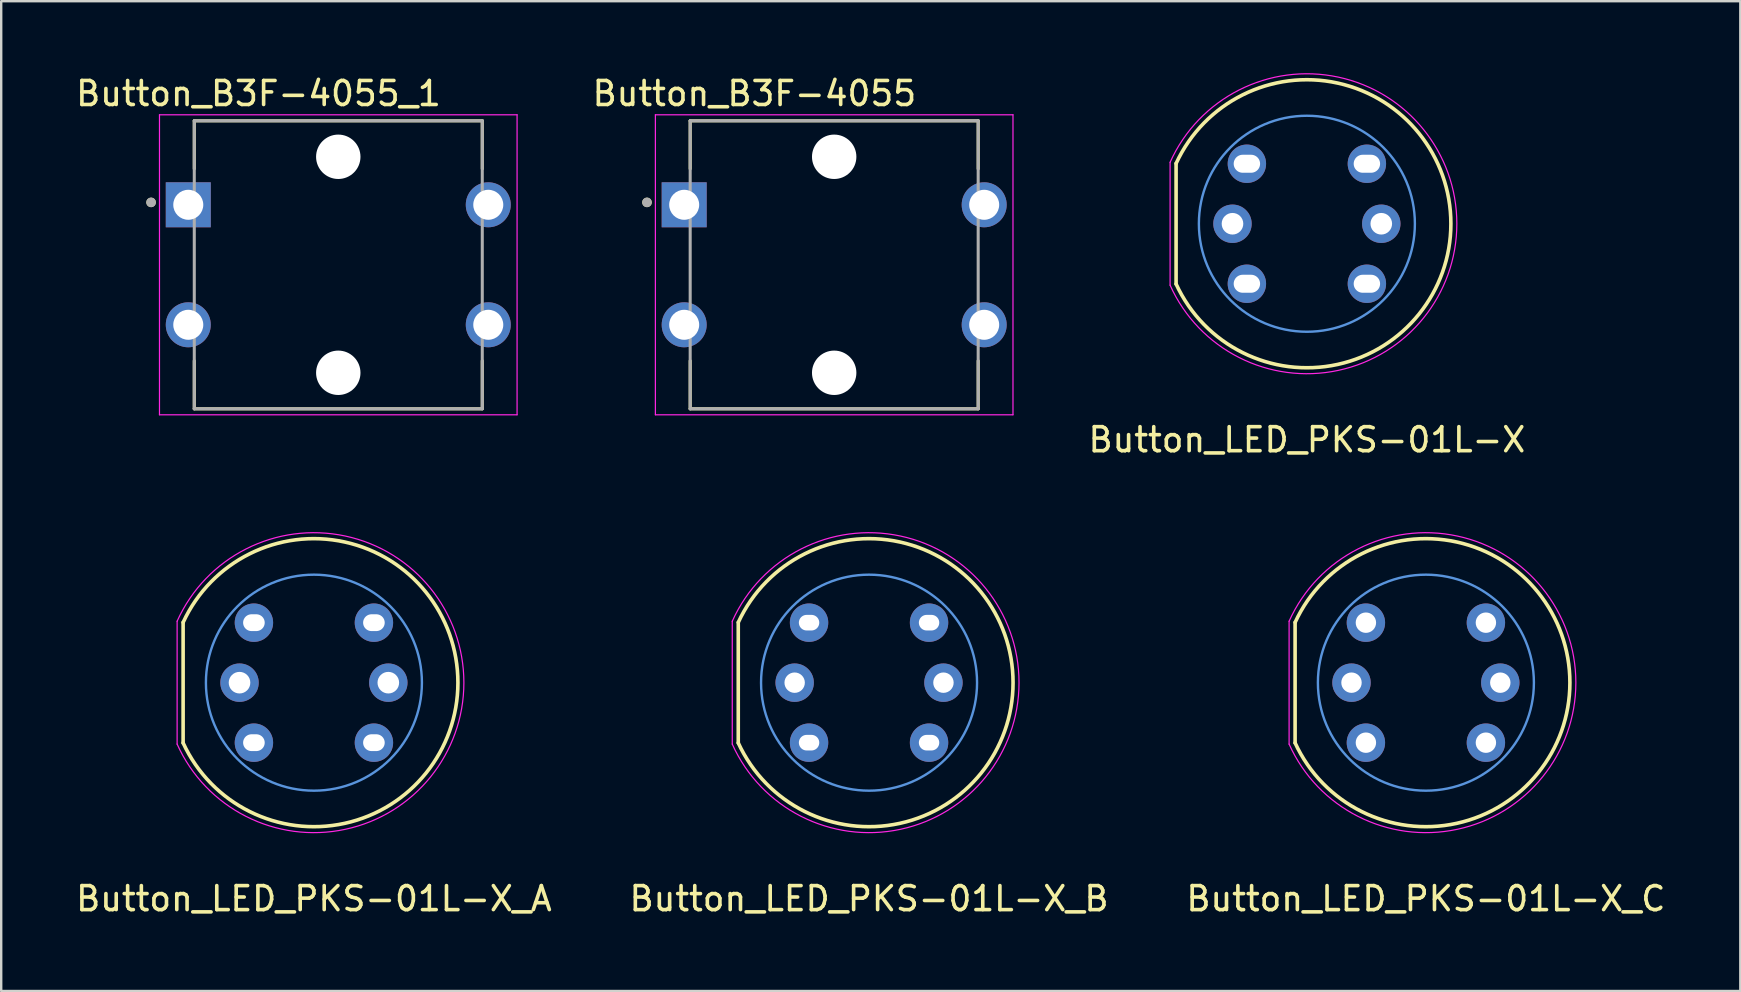
<source format=kicad_pcb>
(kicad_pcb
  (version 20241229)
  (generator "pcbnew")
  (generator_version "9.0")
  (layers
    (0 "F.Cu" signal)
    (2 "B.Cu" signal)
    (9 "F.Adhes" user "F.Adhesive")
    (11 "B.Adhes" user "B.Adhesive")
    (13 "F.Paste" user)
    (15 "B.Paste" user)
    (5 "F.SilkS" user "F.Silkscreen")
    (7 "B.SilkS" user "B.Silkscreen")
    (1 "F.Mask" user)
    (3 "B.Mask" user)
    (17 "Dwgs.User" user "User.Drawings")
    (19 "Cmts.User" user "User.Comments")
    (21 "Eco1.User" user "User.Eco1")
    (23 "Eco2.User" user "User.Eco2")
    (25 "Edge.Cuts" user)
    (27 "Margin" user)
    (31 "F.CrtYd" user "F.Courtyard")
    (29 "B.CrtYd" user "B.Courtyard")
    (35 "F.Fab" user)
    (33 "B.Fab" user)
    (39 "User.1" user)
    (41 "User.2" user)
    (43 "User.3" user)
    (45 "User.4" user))
  (footprint "Button_B3F-4055_1"
    (layer "F.Cu")
    (at 11.045 7.983)
    (property "Reference" "Button_B3F-4055_1" (at -3.325 -7.135 0) (layer "F.SilkS") (effects (font (size 1 1) (thickness 0.15))))
    (attr through_hole)
    (fp_line (start -6 -6) (end 6 -6) (stroke (width 0.127) (type solid)) (layer "F.SilkS"))
    (fp_line (start -6 -4) (end -6 -6) (stroke (width 0.127) (type solid)) (layer "F.SilkS"))
    (fp_line (start -6 4) (end -6 6) (stroke (width 0.127) (type solid)) (layer "F.SilkS"))
    (fp_line (start -6 6) (end 6 6) (stroke (width 0.127) (type solid)) (layer "F.SilkS"))
    (fp_line (start 6 -6) (end 6 -4) (stroke (width 0.127) (type solid)) (layer "F.SilkS"))
    (fp_line (start 6 6) (end 6 4) (stroke (width 0.127) (type solid)) (layer "F.SilkS"))
    (fp_circle (center -7.8 -2.6) (end -7.7 -2.6) (stroke (width 0.2) (type solid)) (fill no) (layer "F.SilkS"))
    (fp_line (start -7.45 -6.25) (end -7.45 6.25) (stroke (width 0.05) (type solid)) (layer "F.CrtYd"))
    (fp_line (start -7.45 6.25) (end 7.45 6.25) (stroke (width 0.05) (type solid)) (layer "F.CrtYd"))
    (fp_line (start 7.45 -6.25) (end -7.45 -6.25) (stroke (width 0.05) (type solid)) (layer "F.CrtYd"))
    (fp_line (start 7.45 6.25) (end 7.45 -6.25) (stroke (width 0.05) (type solid)) (layer "F.CrtYd"))
    (fp_line (start -6 -6) (end -6 6) (stroke (width 0.127) (type solid)) (layer "F.Fab"))
    (fp_line (start -6 6) (end 6 6) (stroke (width 0.127) (type solid)) (layer "F.Fab"))
    (fp_line (start 6 -6) (end -6 -6) (stroke (width 0.127) (type solid)) (layer "F.Fab"))
    (fp_line (start 6 6) (end 6 -6) (stroke (width 0.127) (type solid)) (layer "F.Fab"))
    (fp_circle (center -7.8 -2.6) (end -7.7 -2.6) (stroke (width 0.2) (type solid)) (fill no) (layer "F.Fab"))
    (pad "" np_thru_hole circle (at 0 -4.5) (size 1.85 1.85) (drill 1.85) (layers "*.Cu" "*.Mask"))
    (pad "" np_thru_hole circle (at 0 4.5) (size 1.85 1.85) (drill 1.85) (layers "*.Cu" "*.Mask"))
    (pad "1" thru_hole rect (at -6.25 -2.5) (size 1.875 1.875) (drill 1.25) (layers "*.Cu" "*.Mask"))
    (pad "2" thru_hole circle (at 6.25 -2.5) (size 1.875 1.875) (drill 1.25) (layers "*.Cu" "*.Mask"))
    (pad "3" thru_hole circle (at -6.25 2.5) (size 1.875 1.875) (drill 1.25) (layers "*.Cu" "*.Mask"))
    (pad "4" thru_hole circle (at 6.25 2.5) (size 1.875 1.875) (drill 1.25) (layers "*.Cu" "*.Mask")))
  (footprint "Button_B3F-4055"
    (layer "F.Cu")
    (at 31.708 7.983)
    (property "Reference" "Button_B3F-4055" (at -3.325 -7.135 0) (layer "F.SilkS") (effects (font (size 1 1) (thickness 0.15))))
    (attr through_hole)
    (fp_line (start -6 -6) (end 6 -6) (stroke (width 0.127) (type solid)) (layer "F.SilkS"))
    (fp_line (start -6 -4) (end -6 -6) (stroke (width 0.127) (type solid)) (layer "F.SilkS"))
    (fp_line (start -6 4) (end -6 6) (stroke (width 0.127) (type solid)) (layer "F.SilkS"))
    (fp_line (start -6 6) (end 6 6) (stroke (width 0.127) (type solid)) (layer "F.SilkS"))
    (fp_line (start 6 -6) (end 6 -4) (stroke (width 0.127) (type solid)) (layer "F.SilkS"))
    (fp_line (start 6 6) (end 6 4) (stroke (width 0.127) (type solid)) (layer "F.SilkS"))
    (fp_circle (center -7.8 -2.6) (end -7.7 -2.6) (stroke (width 0.2) (type solid)) (fill no) (layer "F.SilkS"))
    (fp_line (start -7.45 -6.25) (end -7.45 6.25) (stroke (width 0.05) (type solid)) (layer "F.CrtYd"))
    (fp_line (start -7.45 6.25) (end 7.45 6.25) (stroke (width 0.05) (type solid)) (layer "F.CrtYd"))
    (fp_line (start 7.45 -6.25) (end -7.45 -6.25) (stroke (width 0.05) (type solid)) (layer "F.CrtYd"))
    (fp_line (start 7.45 6.25) (end 7.45 -6.25) (stroke (width 0.05) (type solid)) (layer "F.CrtYd"))
    (fp_line (start -6 -6) (end -6 6) (stroke (width 0.127) (type solid)) (layer "F.Fab"))
    (fp_line (start -6 6) (end 6 6) (stroke (width 0.127) (type solid)) (layer "F.Fab"))
    (fp_line (start 6 -6) (end -6 -6) (stroke (width 0.127) (type solid)) (layer "F.Fab"))
    (fp_line (start 6 6) (end 6 -6) (stroke (width 0.127) (type solid)) (layer "F.Fab"))
    (fp_circle (center -7.8 -2.6) (end -7.7 -2.6) (stroke (width 0.2) (type solid)) (fill no) (layer "F.Fab"))
    (pad "" np_thru_hole circle (at 0 -4.5) (size 1.85 1.85) (drill 1.85) (layers "*.Cu" "*.Mask"))
    (pad "" np_thru_hole circle (at 0 4.5) (size 1.85 1.85) (drill 1.85) (layers "*.Cu" "*.Mask"))
    (pad "1" thru_hole rect (at -6.25 -2.5) (size 1.875 1.875) (drill 1.25) (layers "*.Cu" "*.Mask"))
    (pad "2" thru_hole circle (at 6.25 -2.5) (size 1.875 1.875) (drill 1.25) (layers "*.Cu" "*.Mask"))
    (pad "3" thru_hole circle (at -6.25 2.5) (size 1.875 1.875) (drill 1.25) (layers "*.Cu" "*.Mask"))
    (pad "4" thru_hole circle (at 6.25 2.5) (size 1.875 1.875) (drill 1.25) (layers "*.Cu" "*.Mask")))
  (footprint "Button_LED_PKS-01L-X_B"
    (layer "F.Cu")
    (at 33.161 25.395)
    (property "Reference" "Button_LED_PKS-01L-X_B" (at 0 9 180) (layer "F.SilkS") (effects (font (size 1 1) (thickness 0.15))))
    (attr through_hole)
    (fp_line (start -5.45 2.51) (end -5.45 -2.51) (stroke (width 0.15) (type solid)) (layer "F.SilkS"))
    (fp_arc (start -5.448111 -2.514098) (mid 6.000216 0.002256) (end -5.45 2.51) (stroke (width 0.15) (type solid)) (layer "F.SilkS"))
    (fp_circle (center 0 0) (end -4.5 0) (stroke (width 0.1) (type solid)) (fill no) (layer "Cmts.User"))
    (fp_line (start -5.7 2.56) (end -5.7 -2.56) (stroke (width 0.05) (type solid)) (layer "F.CrtYd"))
    (fp_arc (start -5.7 -2.56) (mid 6.248488 0) (end -5.7 2.56) (stroke (width 0.05) (type solid)) (layer "F.CrtYd"))
    (pad "1" thru_hole circle (at -2.5 -2.5 180) (size 1.6 1.6) (drill oval 0.85 0.65) (layers "*.Cu" "*.Mask"))
    (pad "2" thru_hole circle (at 2.5 -2.5 180) (size 1.6 1.6) (drill oval 0.85 0.65) (layers "*.Cu" "*.Mask"))
    (pad "3" thru_hole circle (at -2.5 2.5 180) (size 1.6 1.6) (drill oval 0.85 0.65) (layers "*.Cu" "*.Mask"))
    (pad "4" thru_hole circle (at 2.5 2.5 180) (size 1.6 1.6) (drill oval 0.85 0.65) (layers "*.Cu" "*.Mask"))
    (pad "L1" thru_hole circle (at 3.1 0 180) (size 1.6 1.6) (drill 0.85) (layers "*.Cu" "*.Mask"))
    (pad "L2" thru_hole circle (at -3.1 0 180) (size 1.6 1.6) (drill 0.85) (layers "*.Cu" "*.Mask")))
  (footprint "Button_LED_PKS-01L-X_C"
    (layer "F.Cu")
    (at 56.363 25.395)
    (property "Reference" "Button_LED_PKS-01L-X_C" (at 0 9 180) (layer "F.SilkS") (effects (font (size 1 1) (thickness 0.15))))
    (attr through_hole)
    (fp_line (start -5.45 2.51) (end -5.45 -2.51) (stroke (width 0.15) (type solid)) (layer "F.SilkS"))
    (fp_arc (start -5.448111 -2.514098) (mid 6.000216 0.002256) (end -5.45 2.51) (stroke (width 0.15) (type solid)) (layer "F.SilkS"))
    (fp_circle (center 0 0) (end -4.5 0) (stroke (width 0.1) (type solid)) (fill no) (layer "Cmts.User"))
    (fp_line (start -5.7 2.56) (end -5.7 -2.56) (stroke (width 0.05) (type solid)) (layer "F.CrtYd"))
    (fp_arc (start -5.7 -2.56) (mid 6.248488 0) (end -5.7 2.56) (stroke (width 0.05) (type solid)) (layer "F.CrtYd"))
    (pad "1" thru_hole circle (at -2.5 -2.5 180) (size 1.6 1.6) (drill 0.85) (layers "*.Cu" "*.Mask"))
    (pad "2" thru_hole circle (at 2.5 -2.5 180) (size 1.6 1.6) (drill 0.85) (layers "*.Cu" "*.Mask"))
    (pad "3" thru_hole circle (at -2.5 2.5 180) (size 1.6 1.6) (drill 0.85) (layers "*.Cu" "*.Mask"))
    (pad "4" thru_hole circle (at 2.5 2.5 180) (size 1.6 1.6) (drill 0.85) (layers "*.Cu" "*.Mask"))
    (pad "L1" thru_hole circle (at 3.1 0 180) (size 1.6 1.6) (drill 0.85) (layers "*.Cu" "*.Mask"))
    (pad "L2" thru_hole circle (at -3.1 0 180) (size 1.6 1.6) (drill 0.85) (layers "*.Cu" "*.Mask")))
  (footprint "Button_LED_PKS-01L-X_A"
    (layer "F.Cu")
    (at 10.03 25.395)
    (property "Reference" "Button_LED_PKS-01L-X_A" (at 0 9 180) (layer "F.SilkS") (effects (font (size 1 1) (thickness 0.15))))
    (attr through_hole)
    (fp_line (start -5.45 2.51) (end -5.45 -2.51) (stroke (width 0.15) (type solid)) (layer "F.SilkS"))
    (fp_arc (start -5.448111 -2.514098) (mid 6.000216 0.002256) (end -5.45 2.51) (stroke (width 0.15) (type solid)) (layer "F.SilkS"))
    (fp_circle (center 0 0) (end -4.5 0) (stroke (width 0.1) (type solid)) (fill no) (layer "Cmts.User"))
    (fp_line (start -5.7 2.56) (end -5.7 -2.56) (stroke (width 0.05) (type solid)) (layer "F.CrtYd"))
    (fp_arc (start -5.7 -2.56) (mid 6.248488 0) (end -5.7 2.56) (stroke (width 0.05) (type solid)) (layer "F.CrtYd"))
    (pad "1" thru_hole circle (at -2.5 -2.5 180) (size 1.6 1.6) (drill oval 0.9 0.7) (layers "*.Cu" "*.Mask"))
    (pad "2" thru_hole circle (at 2.5 -2.5 180) (size 1.6 1.6) (drill oval 0.9 0.7) (layers "*.Cu" "*.Mask"))
    (pad "3" thru_hole circle (at -2.5 2.5 180) (size 1.6 1.6) (drill oval 0.9 0.7) (layers "*.Cu" "*.Mask"))
    (pad "4" thru_hole circle (at 2.5 2.5 180) (size 1.6 1.6) (drill oval 0.9 0.7) (layers "*.Cu" "*.Mask"))
    (pad "L1" thru_hole circle (at 3.1 0 180) (size 1.6 1.6) (drill 0.9) (layers "*.Cu" "*.Mask"))
    (pad "L2" thru_hole circle (at -3.1 0 180) (size 1.6 1.6) (drill 0.9) (layers "*.Cu" "*.Mask")))
  (footprint "Button_LED_PKS-01L-X"
    (layer "F.Cu")
    (at 51.404 6.273)
    (property "Reference" "Button_LED_PKS-01L-X" (at 0 9 180) (layer "F.SilkS") (effects (font (size 1 1) (thickness 0.15))))
    (attr through_hole)
    (fp_line (start -5.45 2.51) (end -5.45 -2.51) (stroke (width 0.15) (type solid)) (layer "F.SilkS"))
    (fp_arc (start -5.448111 -2.514098) (mid 6.000216 0.002256) (end -5.45 2.51) (stroke (width 0.15) (type solid)) (layer "F.SilkS"))
    (fp_circle (center 0 0) (end -4.5 0) (stroke (width 0.1) (type solid)) (fill no) (layer "Cmts.User"))
    (fp_line (start -5.7 2.56) (end -5.7 -2.56) (stroke (width 0.05) (type solid)) (layer "F.CrtYd"))
    (fp_arc (start -5.7 -2.56) (mid 6.248488 0) (end -5.7 2.56) (stroke (width 0.05) (type solid)) (layer "F.CrtYd"))
    (pad "1" thru_hole circle (at -2.5 -2.5 180) (size 1.6 1.6) (drill oval 1.1 0.75) (layers "*.Cu" "*.Mask"))
    (pad "2" thru_hole circle (at 2.5 -2.5 180) (size 1.6 1.6) (drill oval 1.1 0.75) (layers "*.Cu" "*.Mask"))
    (pad "3" thru_hole circle (at -2.5 2.5 180) (size 1.6 1.6) (drill oval 1.1 0.75) (layers "*.Cu" "*.Mask"))
    (pad "4" thru_hole circle (at 2.5 2.5 180) (size 1.6 1.6) (drill oval 1.1 0.75) (layers "*.Cu" "*.Mask"))
    (pad "L1" thru_hole circle (at 3.1 0 180) (size 1.6 1.6) (drill 0.9) (layers "*.Cu" "*.Mask"))
    (pad "L2" thru_hole circle (at -3.1 0 180) (size 1.6 1.6) (drill 0.9) (layers "*.Cu" "*.Mask")))
  (gr_rect
    (start -3 -3)
    (end 69.464 38.243)
    (stroke (width 0.1) (type default))
    (fill no)
    (layer "Edge.Cuts")))
</source>
